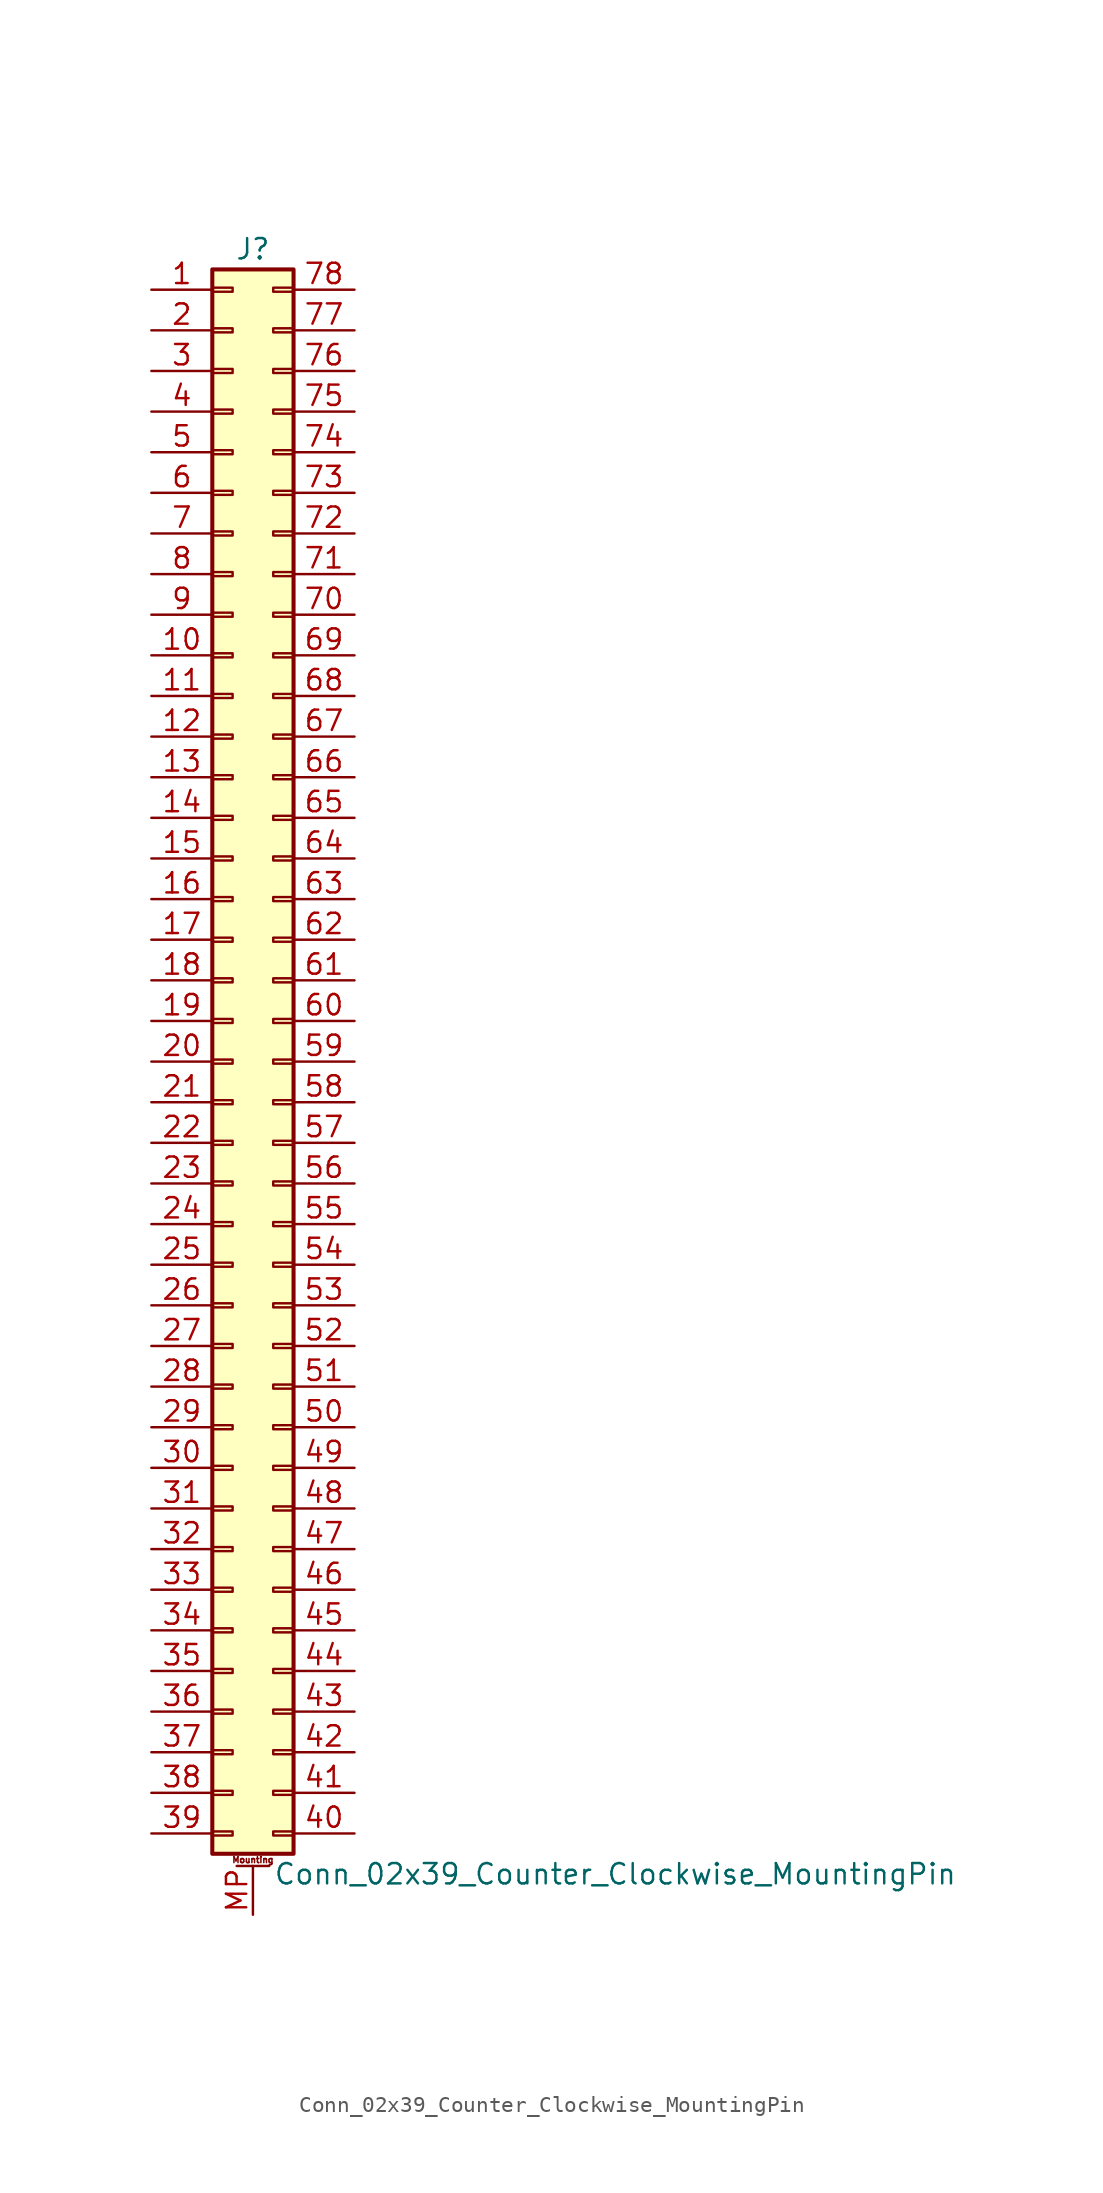
<source format=kicad_sym>
(kicad_symbol_lib
  (version 20201005)
  (generator kicad_symbol_editor)
  (symbol "Conn_02x39_Counter_Clockwise_MountingPin"
    (pin_names
      (offset 1.016) hide)
    (property "Reference" "J"
      (at 1.27 50.8 0)
      (effects (font (size 1.27 1.27))))
    (property "Value" "Conn_02x39_Counter_Clockwise_MountingPin"
      (at 2.54 -50.8 0)
      (effects (font (size 1.27 1.27)) (justify left)))
    (symbol "Conn_02x39_Counter_Clockwise_MountingPin_1_1"
      (text "Mounting" (at 1.27 -49.911 0) (effects (font (size 0.381 0.381))))
      (rectangle (start -1.27 -48.133) (end 0 -48.387) (stroke (width 0.152)) (fill (type none)))
      (rectangle (start -1.27 -45.593) (end 0 -45.847) (stroke (width 0.152)) (fill (type none)))
      (rectangle (start -1.27 -43.053) (end 0 -43.307) (stroke (width 0.152)) (fill (type none)))
      (rectangle (start -1.27 -40.513) (end 0 -40.767) (stroke (width 0.152)) (fill (type none)))
      (rectangle (start -1.27 -37.973) (end 0 -38.227) (stroke (width 0.152)) (fill (type none)))
      (rectangle (start -1.27 -35.433) (end 0 -35.687) (stroke (width 0.152)) (fill (type none)))
      (rectangle (start -1.27 -32.893) (end 0 -33.147) (stroke (width 0.152)) (fill (type none)))
      (rectangle (start -1.27 -30.353) (end 0 -30.607) (stroke (width 0.152)) (fill (type none)))
      (rectangle (start -1.27 -27.813) (end 0 -28.067) (stroke (width 0.152)) (fill (type none)))
      (rectangle (start -1.27 -25.273) (end 0 -25.527) (stroke (width 0.152)) (fill (type none)))
      (rectangle (start -1.27 -22.733) (end 0 -22.987) (stroke (width 0.152)) (fill (type none)))
      (rectangle (start -1.27 -20.193) (end 0 -20.447) (stroke (width 0.152)) (fill (type none)))
      (rectangle (start -1.27 -17.653) (end 0 -17.907) (stroke (width 0.152)) (fill (type none)))
      (rectangle (start -1.27 -15.113) (end 0 -15.367) (stroke (width 0.152)) (fill (type none)))
      (rectangle (start -1.27 -12.573) (end 0 -12.827) (stroke (width 0.152)) (fill (type none)))
      (rectangle (start -1.27 -10.033) (end 0 -10.287) (stroke (width 0.152)) (fill (type none)))
      (rectangle (start -1.27 -7.493) (end 0 -7.747) (stroke (width 0.152)) (fill (type none)))
      (rectangle (start -1.27 -4.953) (end 0 -5.207) (stroke (width 0.152)) (fill (type none)))
      (rectangle (start -1.27 -2.413) (end 0 -2.667) (stroke (width 0.152)) (fill (type none)))
      (rectangle (start -1.27 0.127) (end 0 -0.127) (stroke (width 0.152)) (fill (type none)))
      (rectangle (start -1.27 2.667) (end 0 2.413) (stroke (width 0.152)) (fill (type none)))
      (rectangle (start -1.27 5.207) (end 0 4.953) (stroke (width 0.152)) (fill (type none)))
      (rectangle (start -1.27 7.747) (end 0 7.493) (stroke (width 0.152)) (fill (type none)))
      (rectangle (start -1.27 10.287) (end 0 10.033) (stroke (width 0.152)) (fill (type none)))
      (rectangle (start -1.27 12.827) (end 0 12.573) (stroke (width 0.152)) (fill (type none)))
      (rectangle (start -1.27 15.367) (end 0 15.113) (stroke (width 0.152)) (fill (type none)))
      (rectangle (start -1.27 17.907) (end 0 17.653) (stroke (width 0.152)) (fill (type none)))
      (rectangle (start -1.27 20.447) (end 0 20.193) (stroke (width 0.152)) (fill (type none)))
      (rectangle (start -1.27 22.987) (end 0 22.733) (stroke (width 0.152)) (fill (type none)))
      (rectangle (start -1.27 25.527) (end 0 25.273) (stroke (width 0.152)) (fill (type none)))
      (rectangle (start -1.27 28.067) (end 0 27.813) (stroke (width 0.152)) (fill (type none)))
      (rectangle (start -1.27 30.607) (end 0 30.353) (stroke (width 0.152)) (fill (type none)))
      (rectangle (start -1.27 33.147) (end 0 32.893) (stroke (width 0.152)) (fill (type none)))
      (rectangle (start -1.27 35.687) (end 0 35.433) (stroke (width 0.152)) (fill (type none)))
      (rectangle (start -1.27 38.227) (end 0 37.973) (stroke (width 0.152)) (fill (type none)))
      (rectangle (start -1.27 40.767) (end 0 40.513) (stroke (width 0.152)) (fill (type none)))
      (rectangle (start -1.27 43.307) (end 0 43.053) (stroke (width 0.152)) (fill (type none)))
      (rectangle (start -1.27 45.847) (end 0 45.593) (stroke (width 0.152)) (fill (type none)))
      (rectangle (start -1.27 48.387) (end 0 48.133) (stroke (width 0.152)) (fill (type none)))
      (rectangle (start 3.81 -48.133) (end 2.54 -48.387) (stroke (width 0.152)) (fill (type none)))
      (rectangle (start 3.81 -45.593) (end 2.54 -45.847) (stroke (width 0.152)) (fill (type none)))
      (rectangle (start 3.81 -43.053) (end 2.54 -43.307) (stroke (width 0.152)) (fill (type none)))
      (rectangle (start 3.81 -40.513) (end 2.54 -40.767) (stroke (width 0.152)) (fill (type none)))
      (rectangle (start 3.81 -37.973) (end 2.54 -38.227) (stroke (width 0.152)) (fill (type none)))
      (rectangle (start 3.81 -35.433) (end 2.54 -35.687) (stroke (width 0.152)) (fill (type none)))
      (rectangle (start 3.81 -32.893) (end 2.54 -33.147) (stroke (width 0.152)) (fill (type none)))
      (rectangle (start 3.81 -30.353) (end 2.54 -30.607) (stroke (width 0.152)) (fill (type none)))
      (rectangle (start 3.81 -27.813) (end 2.54 -28.067) (stroke (width 0.152)) (fill (type none)))
      (rectangle (start 3.81 -25.273) (end 2.54 -25.527) (stroke (width 0.152)) (fill (type none)))
      (rectangle (start 3.81 -22.733) (end 2.54 -22.987) (stroke (width 0.152)) (fill (type none)))
      (rectangle (start 3.81 -20.193) (end 2.54 -20.447) (stroke (width 0.152)) (fill (type none)))
      (rectangle (start 3.81 -17.653) (end 2.54 -17.907) (stroke (width 0.152)) (fill (type none)))
      (rectangle (start 3.81 -15.113) (end 2.54 -15.367) (stroke (width 0.152)) (fill (type none)))
      (rectangle (start 3.81 -12.573) (end 2.54 -12.827) (stroke (width 0.152)) (fill (type none)))
      (rectangle (start 3.81 -10.033) (end 2.54 -10.287) (stroke (width 0.152)) (fill (type none)))
      (rectangle (start 3.81 -7.493) (end 2.54 -7.747) (stroke (width 0.152)) (fill (type none)))
      (rectangle (start 3.81 -4.953) (end 2.54 -5.207) (stroke (width 0.152)) (fill (type none)))
      (rectangle (start 3.81 -2.413) (end 2.54 -2.667) (stroke (width 0.152)) (fill (type none)))
      (rectangle (start 3.81 0.127) (end 2.54 -0.127) (stroke (width 0.152)) (fill (type none)))
      (rectangle (start 3.81 2.667) (end 2.54 2.413) (stroke (width 0.152)) (fill (type none)))
      (rectangle (start 3.81 5.207) (end 2.54 4.953) (stroke (width 0.152)) (fill (type none)))
      (rectangle (start 3.81 7.747) (end 2.54 7.493) (stroke (width 0.152)) (fill (type none)))
      (rectangle (start 3.81 10.287) (end 2.54 10.033) (stroke (width 0.152)) (fill (type none)))
      (rectangle (start 3.81 12.827) (end 2.54 12.573) (stroke (width 0.152)) (fill (type none)))
      (rectangle (start 3.81 15.367) (end 2.54 15.113) (stroke (width 0.152)) (fill (type none)))
      (rectangle (start 3.81 17.907) (end 2.54 17.653) (stroke (width 0.152)) (fill (type none)))
      (rectangle (start 3.81 20.447) (end 2.54 20.193) (stroke (width 0.152)) (fill (type none)))
      (rectangle (start 3.81 22.987) (end 2.54 22.733) (stroke (width 0.152)) (fill (type none)))
      (rectangle (start 3.81 25.527) (end 2.54 25.273) (stroke (width 0.152)) (fill (type none)))
      (rectangle (start 3.81 28.067) (end 2.54 27.813) (stroke (width 0.152)) (fill (type none)))
      (rectangle (start 3.81 30.607) (end 2.54 30.353) (stroke (width 0.152)) (fill (type none)))
      (rectangle (start 3.81 33.147) (end 2.54 32.893) (stroke (width 0.152)) (fill (type none)))
      (rectangle (start 3.81 35.687) (end 2.54 35.433) (stroke (width 0.152)) (fill (type none)))
      (rectangle (start 3.81 38.227) (end 2.54 37.973) (stroke (width 0.152)) (fill (type none)))
      (rectangle (start 3.81 40.767) (end 2.54 40.513) (stroke (width 0.152)) (fill (type none)))
      (rectangle (start 3.81 43.307) (end 2.54 43.053) (stroke (width 0.152)) (fill (type none)))
      (rectangle (start 3.81 45.847) (end 2.54 45.593) (stroke (width 0.152)) (fill (type none)))
      (rectangle (start 3.81 48.387) (end 2.54 48.133) (stroke (width 0.152)) (fill (type none)))
      (rectangle (start -1.27 49.53) (end 3.81 -49.53) (stroke (width 0.254)) (fill (type background)))
      (polyline (pts (xy 0.254 -50.292) (xy 2.286 -50.292)) (stroke (width 0.152)) (fill (type none)))
      (pin passive line (at -5.08 48.26 0) (length 3.81) (name "Pin_1" (effects (font (size 1.27 1.27)))) (number "1" (effects (font (size 1.27 1.27)))))
      (pin passive line (at -5.08 25.4 0) (length 3.81) (name "Pin_10" (effects (font (size 1.27 1.27)))) (number "10" (effects (font (size 1.27 1.27)))))
      (pin passive line (at -5.08 22.86 0) (length 3.81) (name "Pin_11" (effects (font (size 1.27 1.27)))) (number "11" (effects (font (size 1.27 1.27)))))
      (pin passive line (at -5.08 20.32 0) (length 3.81) (name "Pin_12" (effects (font (size 1.27 1.27)))) (number "12" (effects (font (size 1.27 1.27)))))
      (pin passive line (at -5.08 17.78 0) (length 3.81) (name "Pin_13" (effects (font (size 1.27 1.27)))) (number "13" (effects (font (size 1.27 1.27)))))
      (pin passive line (at -5.08 15.24 0) (length 3.81) (name "Pin_14" (effects (font (size 1.27 1.27)))) (number "14" (effects (font (size 1.27 1.27)))))
      (pin passive line (at -5.08 12.7 0) (length 3.81) (name "Pin_15" (effects (font (size 1.27 1.27)))) (number "15" (effects (font (size 1.27 1.27)))))
      (pin passive line (at -5.08 10.16 0) (length 3.81) (name "Pin_16" (effects (font (size 1.27 1.27)))) (number "16" (effects (font (size 1.27 1.27)))))
      (pin passive line (at -5.08 7.62 0) (length 3.81) (name "Pin_17" (effects (font (size 1.27 1.27)))) (number "17" (effects (font (size 1.27 1.27)))))
      (pin passive line (at -5.08 5.08 0) (length 3.81) (name "Pin_18" (effects (font (size 1.27 1.27)))) (number "18" (effects (font (size 1.27 1.27)))))
      (pin passive line (at -5.08 2.54 0) (length 3.81) (name "Pin_19" (effects (font (size 1.27 1.27)))) (number "19" (effects (font (size 1.27 1.27)))))
      (pin passive line (at -5.08 45.72 0) (length 3.81) (name "Pin_2" (effects (font (size 1.27 1.27)))) (number "2" (effects (font (size 1.27 1.27)))))
      (pin passive line (at -5.08 0 0) (length 3.81) (name "Pin_20" (effects (font (size 1.27 1.27)))) (number "20" (effects (font (size 1.27 1.27)))))
      (pin passive line (at -5.08 -2.54 0) (length 3.81) (name "Pin_21" (effects (font (size 1.27 1.27)))) (number "21" (effects (font (size 1.27 1.27)))))
      (pin passive line (at -5.08 -5.08 0) (length 3.81) (name "Pin_22" (effects (font (size 1.27 1.27)))) (number "22" (effects (font (size 1.27 1.27)))))
      (pin passive line (at -5.08 -7.62 0) (length 3.81) (name "Pin_23" (effects (font (size 1.27 1.27)))) (number "23" (effects (font (size 1.27 1.27)))))
      (pin passive line (at -5.08 -10.16 0) (length 3.81) (name "Pin_24" (effects (font (size 1.27 1.27)))) (number "24" (effects (font (size 1.27 1.27)))))
      (pin passive line (at -5.08 -12.7 0) (length 3.81) (name "Pin_25" (effects (font (size 1.27 1.27)))) (number "25" (effects (font (size 1.27 1.27)))))
      (pin passive line (at -5.08 -15.24 0) (length 3.81) (name "Pin_26" (effects (font (size 1.27 1.27)))) (number "26" (effects (font (size 1.27 1.27)))))
      (pin passive line (at -5.08 -17.78 0) (length 3.81) (name "Pin_27" (effects (font (size 1.27 1.27)))) (number "27" (effects (font (size 1.27 1.27)))))
      (pin passive line (at -5.08 -20.32 0) (length 3.81) (name "Pin_28" (effects (font (size 1.27 1.27)))) (number "28" (effects (font (size 1.27 1.27)))))
      (pin passive line (at -5.08 -22.86 0) (length 3.81) (name "Pin_29" (effects (font (size 1.27 1.27)))) (number "29" (effects (font (size 1.27 1.27)))))
      (pin passive line (at -5.08 43.18 0) (length 3.81) (name "Pin_3" (effects (font (size 1.27 1.27)))) (number "3" (effects (font (size 1.27 1.27)))))
      (pin passive line (at -5.08 -25.4 0) (length 3.81) (name "Pin_30" (effects (font (size 1.27 1.27)))) (number "30" (effects (font (size 1.27 1.27)))))
      (pin passive line (at -5.08 -27.94 0) (length 3.81) (name "Pin_31" (effects (font (size 1.27 1.27)))) (number "31" (effects (font (size 1.27 1.27)))))
      (pin passive line (at -5.08 -30.48 0) (length 3.81) (name "Pin_32" (effects (font (size 1.27 1.27)))) (number "32" (effects (font (size 1.27 1.27)))))
      (pin passive line (at -5.08 -33.02 0) (length 3.81) (name "Pin_33" (effects (font (size 1.27 1.27)))) (number "33" (effects (font (size 1.27 1.27)))))
      (pin passive line (at -5.08 -35.56 0) (length 3.81) (name "Pin_34" (effects (font (size 1.27 1.27)))) (number "34" (effects (font (size 1.27 1.27)))))
      (pin passive line (at -5.08 -38.1 0) (length 3.81) (name "Pin_35" (effects (font (size 1.27 1.27)))) (number "35" (effects (font (size 1.27 1.27)))))
      (pin passive line (at -5.08 -40.64 0) (length 3.81) (name "Pin_36" (effects (font (size 1.27 1.27)))) (number "36" (effects (font (size 1.27 1.27)))))
      (pin passive line (at -5.08 -43.18 0) (length 3.81) (name "Pin_37" (effects (font (size 1.27 1.27)))) (number "37" (effects (font (size 1.27 1.27)))))
      (pin passive line (at -5.08 -45.72 0) (length 3.81) (name "Pin_38" (effects (font (size 1.27 1.27)))) (number "38" (effects (font (size 1.27 1.27)))))
      (pin passive line (at -5.08 -48.26 0) (length 3.81) (name "Pin_39" (effects (font (size 1.27 1.27)))) (number "39" (effects (font (size 1.27 1.27)))))
      (pin passive line (at -5.08 40.64 0) (length 3.81) (name "Pin_4" (effects (font (size 1.27 1.27)))) (number "4" (effects (font (size 1.27 1.27)))))
      (pin passive line (at 7.62 -48.26 180) (length 3.81) (name "Pin_40" (effects (font (size 1.27 1.27)))) (number "40" (effects (font (size 1.27 1.27)))))
      (pin passive line (at 7.62 -45.72 180) (length 3.81) (name "Pin_41" (effects (font (size 1.27 1.27)))) (number "41" (effects (font (size 1.27 1.27)))))
      (pin passive line (at 7.62 -43.18 180) (length 3.81) (name "Pin_42" (effects (font (size 1.27 1.27)))) (number "42" (effects (font (size 1.27 1.27)))))
      (pin passive line (at 7.62 -40.64 180) (length 3.81) (name "Pin_43" (effects (font (size 1.27 1.27)))) (number "43" (effects (font (size 1.27 1.27)))))
      (pin passive line (at 7.62 -38.1 180) (length 3.81) (name "Pin_44" (effects (font (size 1.27 1.27)))) (number "44" (effects (font (size 1.27 1.27)))))
      (pin passive line (at 7.62 -35.56 180) (length 3.81) (name "Pin_45" (effects (font (size 1.27 1.27)))) (number "45" (effects (font (size 1.27 1.27)))))
      (pin passive line (at 7.62 -33.02 180) (length 3.81) (name "Pin_46" (effects (font (size 1.27 1.27)))) (number "46" (effects (font (size 1.27 1.27)))))
      (pin passive line (at 7.62 -30.48 180) (length 3.81) (name "Pin_47" (effects (font (size 1.27 1.27)))) (number "47" (effects (font (size 1.27 1.27)))))
      (pin passive line (at 7.62 -27.94 180) (length 3.81) (name "Pin_48" (effects (font (size 1.27 1.27)))) (number "48" (effects (font (size 1.27 1.27)))))
      (pin passive line (at 7.62 -25.4 180) (length 3.81) (name "Pin_49" (effects (font (size 1.27 1.27)))) (number "49" (effects (font (size 1.27 1.27)))))
      (pin passive line (at -5.08 38.1 0) (length 3.81) (name "Pin_5" (effects (font (size 1.27 1.27)))) (number "5" (effects (font (size 1.27 1.27)))))
      (pin passive line (at 7.62 -22.86 180) (length 3.81) (name "Pin_50" (effects (font (size 1.27 1.27)))) (number "50" (effects (font (size 1.27 1.27)))))
      (pin passive line (at 7.62 -20.32 180) (length 3.81) (name "Pin_51" (effects (font (size 1.27 1.27)))) (number "51" (effects (font (size 1.27 1.27)))))
      (pin passive line (at 7.62 -17.78 180) (length 3.81) (name "Pin_52" (effects (font (size 1.27 1.27)))) (number "52" (effects (font (size 1.27 1.27)))))
      (pin passive line (at 7.62 -15.24 180) (length 3.81) (name "Pin_53" (effects (font (size 1.27 1.27)))) (number "53" (effects (font (size 1.27 1.27)))))
      (pin passive line (at 7.62 -12.7 180) (length 3.81) (name "Pin_54" (effects (font (size 1.27 1.27)))) (number "54" (effects (font (size 1.27 1.27)))))
      (pin passive line (at 7.62 -10.16 180) (length 3.81) (name "Pin_55" (effects (font (size 1.27 1.27)))) (number "55" (effects (font (size 1.27 1.27)))))
      (pin passive line (at 7.62 -7.62 180) (length 3.81) (name "Pin_56" (effects (font (size 1.27 1.27)))) (number "56" (effects (font (size 1.27 1.27)))))
      (pin passive line (at 7.62 -5.08 180) (length 3.81) (name "Pin_57" (effects (font (size 1.27 1.27)))) (number "57" (effects (font (size 1.27 1.27)))))
      (pin passive line (at 7.62 -2.54 180) (length 3.81) (name "Pin_58" (effects (font (size 1.27 1.27)))) (number "58" (effects (font (size 1.27 1.27)))))
      (pin passive line (at 7.62 0 180) (length 3.81) (name "Pin_59" (effects (font (size 1.27 1.27)))) (number "59" (effects (font (size 1.27 1.27)))))
      (pin passive line (at -5.08 35.56 0) (length 3.81) (name "Pin_6" (effects (font (size 1.27 1.27)))) (number "6" (effects (font (size 1.27 1.27)))))
      (pin passive line (at 7.62 2.54 180) (length 3.81) (name "Pin_60" (effects (font (size 1.27 1.27)))) (number "60" (effects (font (size 1.27 1.27)))))
      (pin passive line (at 7.62 5.08 180) (length 3.81) (name "Pin_61" (effects (font (size 1.27 1.27)))) (number "61" (effects (font (size 1.27 1.27)))))
      (pin passive line (at 7.62 7.62 180) (length 3.81) (name "Pin_62" (effects (font (size 1.27 1.27)))) (number "62" (effects (font (size 1.27 1.27)))))
      (pin passive line (at 7.62 10.16 180) (length 3.81) (name "Pin_63" (effects (font (size 1.27 1.27)))) (number "63" (effects (font (size 1.27 1.27)))))
      (pin passive line (at 7.62 12.7 180) (length 3.81) (name "Pin_64" (effects (font (size 1.27 1.27)))) (number "64" (effects (font (size 1.27 1.27)))))
      (pin passive line (at 7.62 15.24 180) (length 3.81) (name "Pin_65" (effects (font (size 1.27 1.27)))) (number "65" (effects (font (size 1.27 1.27)))))
      (pin passive line (at 7.62 17.78 180) (length 3.81) (name "Pin_66" (effects (font (size 1.27 1.27)))) (number "66" (effects (font (size 1.27 1.27)))))
      (pin passive line (at 7.62 20.32 180) (length 3.81) (name "Pin_67" (effects (font (size 1.27 1.27)))) (number "67" (effects (font (size 1.27 1.27)))))
      (pin passive line (at 7.62 22.86 180) (length 3.81) (name "Pin_68" (effects (font (size 1.27 1.27)))) (number "68" (effects (font (size 1.27 1.27)))))
      (pin passive line (at 7.62 25.4 180) (length 3.81) (name "Pin_69" (effects (font (size 1.27 1.27)))) (number "69" (effects (font (size 1.27 1.27)))))
      (pin passive line (at -5.08 33.02 0) (length 3.81) (name "Pin_7" (effects (font (size 1.27 1.27)))) (number "7" (effects (font (size 1.27 1.27)))))
      (pin passive line (at 7.62 27.94 180) (length 3.81) (name "Pin_70" (effects (font (size 1.27 1.27)))) (number "70" (effects (font (size 1.27 1.27)))))
      (pin passive line (at 7.62 30.48 180) (length 3.81) (name "Pin_71" (effects (font (size 1.27 1.27)))) (number "71" (effects (font (size 1.27 1.27)))))
      (pin passive line (at 7.62 33.02 180) (length 3.81) (name "Pin_72" (effects (font (size 1.27 1.27)))) (number "72" (effects (font (size 1.27 1.27)))))
      (pin passive line (at 7.62 35.56 180) (length 3.81) (name "Pin_73" (effects (font (size 1.27 1.27)))) (number "73" (effects (font (size 1.27 1.27)))))
      (pin passive line (at 7.62 38.1 180) (length 3.81) (name "Pin_74" (effects (font (size 1.27 1.27)))) (number "74" (effects (font (size 1.27 1.27)))))
      (pin passive line (at 7.62 40.64 180) (length 3.81) (name "Pin_75" (effects (font (size 1.27 1.27)))) (number "75" (effects (font (size 1.27 1.27)))))
      (pin passive line (at 7.62 43.18 180) (length 3.81) (name "Pin_76" (effects (font (size 1.27 1.27)))) (number "76" (effects (font (size 1.27 1.27)))))
      (pin passive line (at 7.62 45.72 180) (length 3.81) (name "Pin_77" (effects (font (size 1.27 1.27)))) (number "77" (effects (font (size 1.27 1.27)))))
      (pin passive line (at 7.62 48.26 180) (length 3.81) (name "Pin_78" (effects (font (size 1.27 1.27)))) (number "78" (effects (font (size 1.27 1.27)))))
      (pin passive line (at -5.08 30.48 0) (length 3.81) (name "Pin_8" (effects (font (size 1.27 1.27)))) (number "8" (effects (font (size 1.27 1.27)))))
      (pin passive line (at -5.08 27.94 0) (length 3.81) (name "Pin_9" (effects (font (size 1.27 1.27)))) (number "9" (effects (font (size 1.27 1.27)))))
      (pin passive line (at 1.27 -53.34 90) (length 3.048) (name "MountPin" (effects (font (size 1.27 1.27)))) (number "MP" (effects (font (size 1.27 1.27))))))))
</source>
